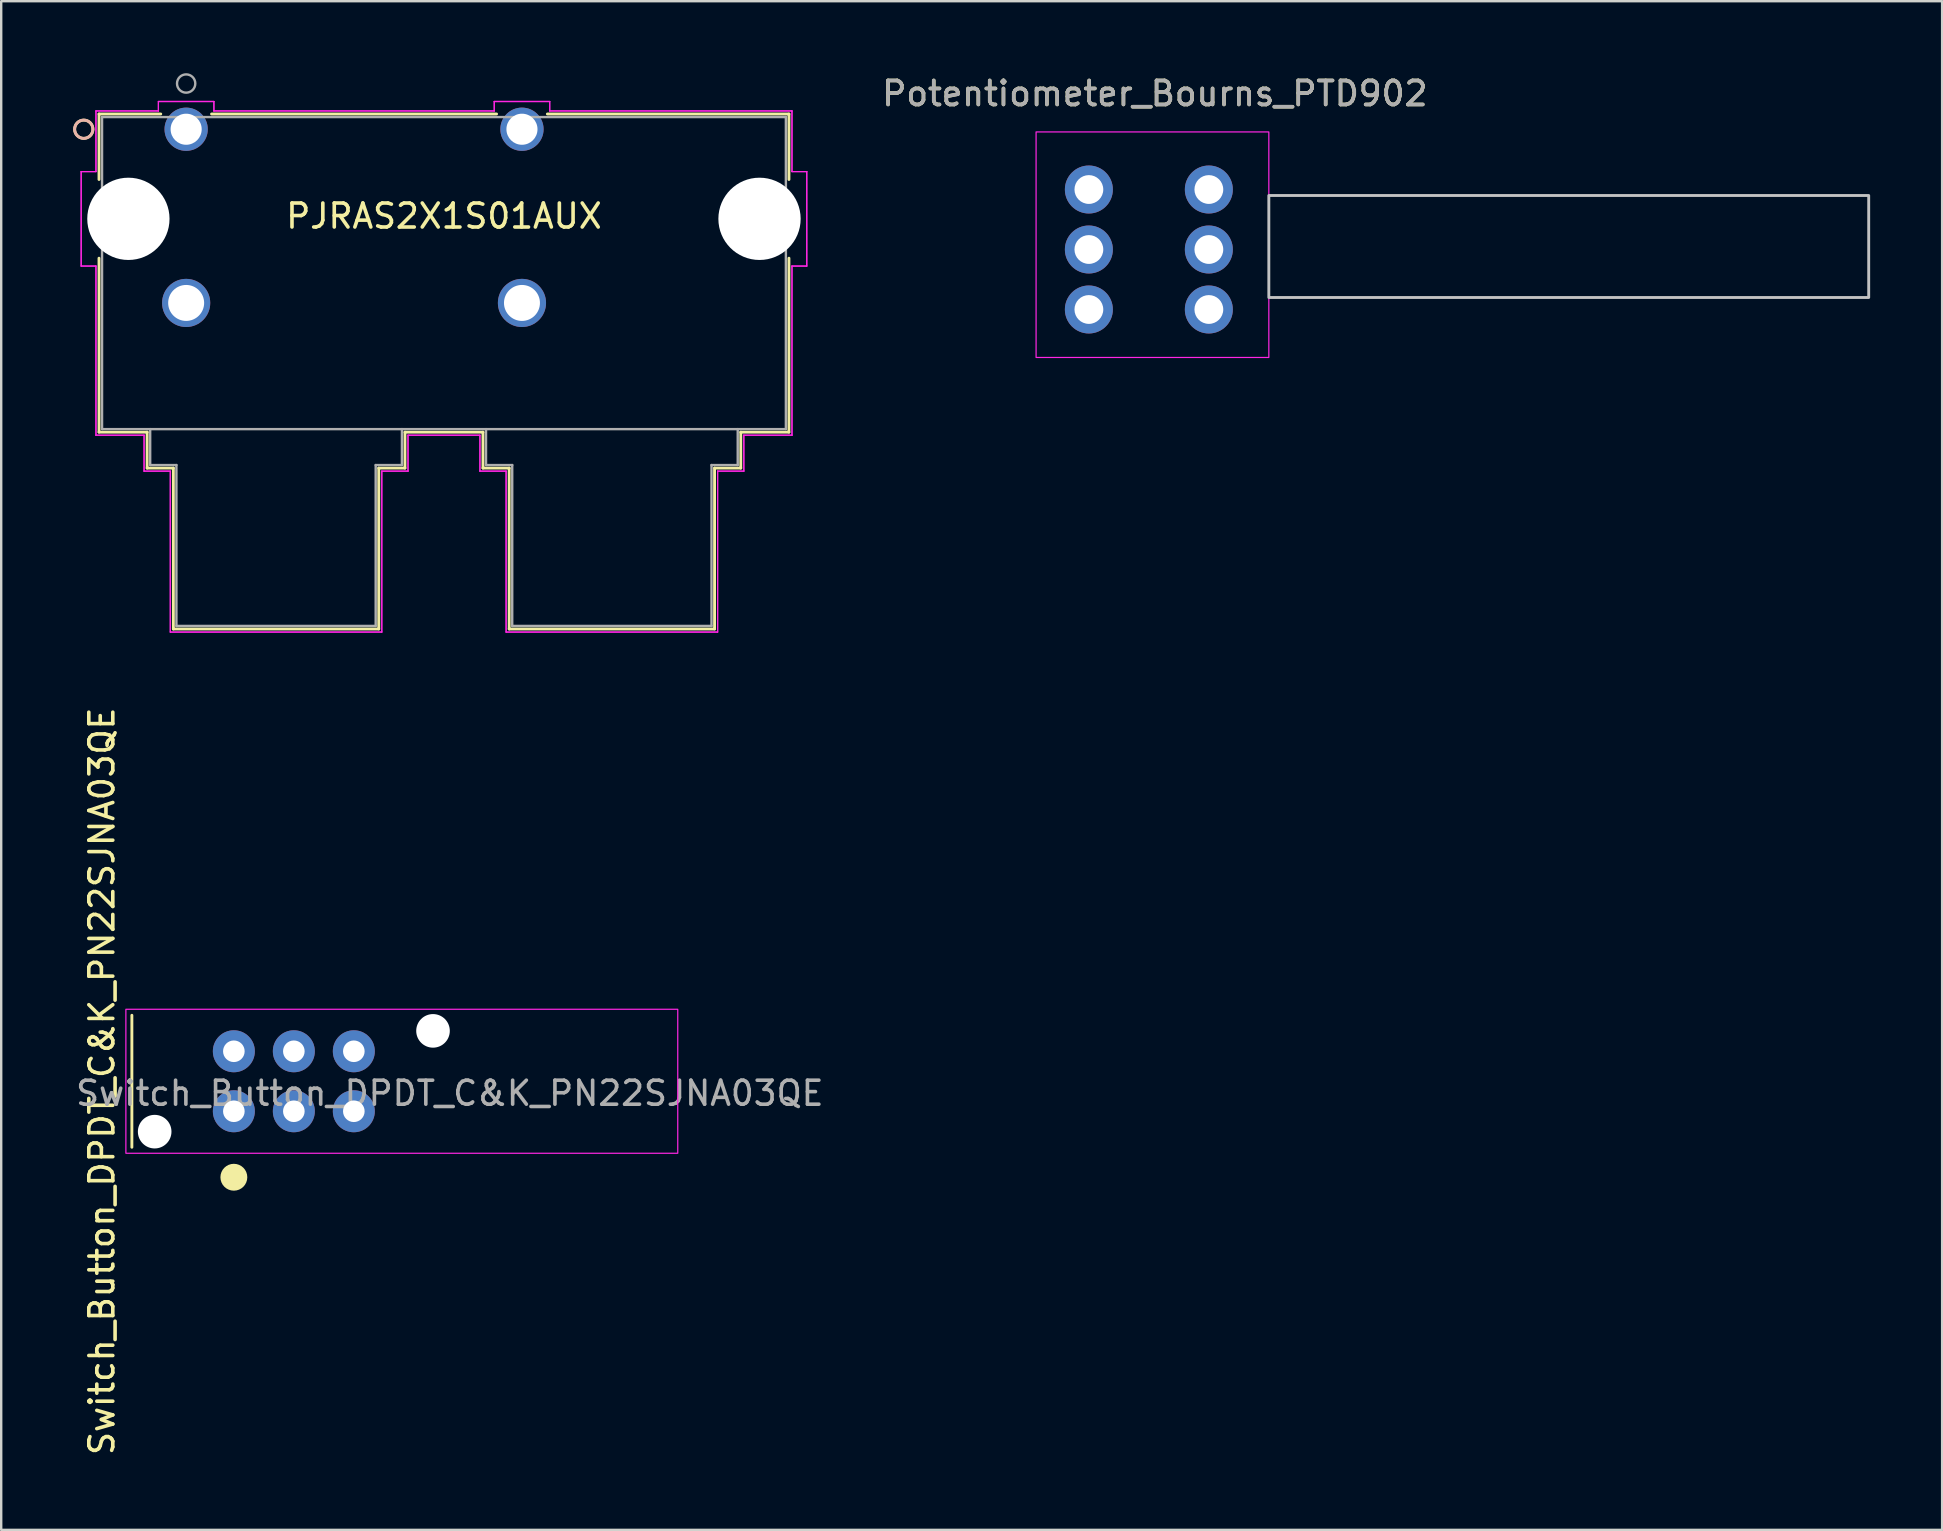
<source format=kicad_pcb>
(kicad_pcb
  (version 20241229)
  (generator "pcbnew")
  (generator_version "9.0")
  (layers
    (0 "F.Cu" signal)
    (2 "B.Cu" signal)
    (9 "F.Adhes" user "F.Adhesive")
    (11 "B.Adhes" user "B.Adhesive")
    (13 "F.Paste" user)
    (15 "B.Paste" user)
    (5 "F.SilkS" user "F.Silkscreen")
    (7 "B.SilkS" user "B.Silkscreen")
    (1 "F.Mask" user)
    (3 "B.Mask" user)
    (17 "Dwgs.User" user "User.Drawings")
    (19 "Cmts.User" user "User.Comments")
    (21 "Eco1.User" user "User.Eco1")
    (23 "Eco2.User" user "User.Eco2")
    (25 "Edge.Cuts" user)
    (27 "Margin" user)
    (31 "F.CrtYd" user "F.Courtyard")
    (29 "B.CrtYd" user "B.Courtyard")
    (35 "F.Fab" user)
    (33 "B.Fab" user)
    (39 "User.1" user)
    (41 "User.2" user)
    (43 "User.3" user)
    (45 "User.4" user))
  (footprint "PJRAS2X1S01AUX"
    (layer "F.Cu")
    (at 4.708 2.336)
    (property "Reference" "PJRAS2X1S01AUX" (at 10.744 3.619 0) (layer "F.SilkS") (effects (font (size 1 1) (thickness 0.15))))
    (attr through_hole)
    (fp_line (start -3.632 -0.635) (end -3.632 2.094) (stroke (width 0.12) (type solid)) (layer "F.SilkS"))
    (fp_line (start -3.632 5.374) (end -3.632 12.624) (stroke (width 0.12) (type solid)) (layer "F.SilkS"))
    (fp_line (start -3.632 12.624) (end -1.626 12.624) (stroke (width 0.12) (type solid)) (layer "F.SilkS"))
    (fp_line (start -1.626 12.624) (end -1.626 14.122) (stroke (width 0.12) (type solid)) (layer "F.SilkS"))
    (fp_line (start -1.626 14.122) (end -0.533 14.122) (stroke (width 0.12) (type solid)) (layer "F.SilkS"))
    (fp_line (start -1.059 -0.635) (end -3.632 -0.635) (stroke (width 0.12) (type solid)) (layer "F.SilkS"))
    (fp_line (start -0.533 14.122) (end -0.533 20.828) (stroke (width 0.12) (type solid)) (layer "F.SilkS"))
    (fp_line (start -0.533 20.828) (end 8.026 20.828) (stroke (width 0.12) (type solid)) (layer "F.SilkS"))
    (fp_line (start 8.026 14.122) (end 9.119 14.122) (stroke (width 0.12) (type solid)) (layer "F.SilkS"))
    (fp_line (start 8.026 20.828) (end 8.026 14.122) (stroke (width 0.12) (type solid)) (layer "F.SilkS"))
    (fp_line (start 9.119 12.624) (end 12.37 12.624) (stroke (width 0.12) (type solid)) (layer "F.SilkS"))
    (fp_line (start 9.119 14.122) (end 9.119 12.624) (stroke (width 0.12) (type solid)) (layer "F.SilkS"))
    (fp_line (start 12.37 12.624) (end 12.37 14.122) (stroke (width 0.12) (type solid)) (layer "F.SilkS"))
    (fp_line (start 12.37 14.122) (end 13.462 14.122) (stroke (width 0.12) (type solid)) (layer "F.SilkS"))
    (fp_line (start 12.937 -0.635) (end 1.059 -0.635) (stroke (width 0.12) (type solid)) (layer "F.SilkS"))
    (fp_line (start 13.462 14.122) (end 13.462 20.828) (stroke (width 0.12) (type solid)) (layer "F.SilkS"))
    (fp_line (start 13.462 20.828) (end 22.022 20.828) (stroke (width 0.12) (type solid)) (layer "F.SilkS"))
    (fp_line (start 22.022 14.122) (end 23.114 14.122) (stroke (width 0.12) (type solid)) (layer "F.SilkS"))
    (fp_line (start 22.022 20.828) (end 22.022 14.122) (stroke (width 0.12) (type solid)) (layer "F.SilkS"))
    (fp_line (start 23.114 12.624) (end 25.121 12.624) (stroke (width 0.12) (type solid)) (layer "F.SilkS"))
    (fp_line (start 23.114 14.122) (end 23.114 12.624) (stroke (width 0.12) (type solid)) (layer "F.SilkS"))
    (fp_line (start 25.121 -0.635) (end 15.054 -0.635) (stroke (width 0.12) (type solid)) (layer "F.SilkS"))
    (fp_line (start 25.121 2.094) (end 25.121 -0.635) (stroke (width 0.12) (type solid)) (layer "F.SilkS"))
    (fp_line (start 25.121 12.624) (end 25.121 5.374) (stroke (width 0.12) (type solid)) (layer "F.SilkS"))
    (fp_circle (center -4.267 0) (end -3.886 0) (stroke (width 0.12) (type solid)) (fill no) (layer "F.SilkS"))
    (fp_circle (center -4.267 0) (end -3.886 0) (stroke (width 0.12) (type solid)) (fill no) (layer "B.SilkS"))
    (fp_line (start -4.375 1.765) (end -4.375 5.702) (stroke (width 0.05) (type solid)) (layer "F.CrtYd"))
    (fp_line (start -4.375 1.765) (end -4.375 5.702) (stroke (width 0.05) (type solid)) (layer "F.CrtYd"))
    (fp_line (start -4.375 5.702) (end -3.759 5.702) (stroke (width 0.05) (type solid)) (layer "F.CrtYd"))
    (fp_line (start -4.375 5.702) (end -3.759 5.702) (stroke (width 0.05) (type solid)) (layer "F.CrtYd"))
    (fp_line (start -3.759 -0.762) (end -3.759 1.765) (stroke (width 0.05) (type solid)) (layer "F.CrtYd"))
    (fp_line (start -3.759 -0.762) (end -3.759 1.765) (stroke (width 0.05) (type solid)) (layer "F.CrtYd"))
    (fp_line (start -3.759 1.765) (end -4.375 1.765) (stroke (width 0.05) (type solid)) (layer "F.CrtYd"))
    (fp_line (start -3.759 1.765) (end -4.375 1.765) (stroke (width 0.05) (type solid)) (layer "F.CrtYd"))
    (fp_line (start -3.759 5.702) (end -3.759 12.751) (stroke (width 0.05) (type solid)) (layer "F.CrtYd"))
    (fp_line (start -3.759 5.702) (end -3.759 12.751) (stroke (width 0.05) (type solid)) (layer "F.CrtYd"))
    (fp_line (start -3.759 12.751) (end -1.753 12.751) (stroke (width 0.05) (type solid)) (layer "F.CrtYd"))
    (fp_line (start -3.759 12.751) (end -1.753 12.751) (stroke (width 0.05) (type solid)) (layer "F.CrtYd"))
    (fp_line (start -1.753 12.751) (end -1.753 14.249) (stroke (width 0.05) (type solid)) (layer "F.CrtYd"))
    (fp_line (start -1.753 12.751) (end -1.753 14.249) (stroke (width 0.05) (type solid)) (layer "F.CrtYd"))
    (fp_line (start -1.753 14.249) (end -0.66 14.249) (stroke (width 0.05) (type solid)) (layer "F.CrtYd"))
    (fp_line (start -1.753 14.249) (end -0.66 14.249) (stroke (width 0.05) (type solid)) (layer "F.CrtYd"))
    (fp_line (start -1.156 -1.156) (end -1.156 -0.762) (stroke (width 0.05) (type solid)) (layer "F.CrtYd"))
    (fp_line (start -1.156 -1.156) (end -1.156 -0.762) (stroke (width 0.05) (type solid)) (layer "F.CrtYd"))
    (fp_line (start -1.156 -0.762) (end -3.759 -0.762) (stroke (width 0.05) (type solid)) (layer "F.CrtYd"))
    (fp_line (start -1.156 -0.762) (end -3.759 -0.762) (stroke (width 0.05) (type solid)) (layer "F.CrtYd"))
    (fp_line (start -0.66 14.249) (end -0.66 20.955) (stroke (width 0.05) (type solid)) (layer "F.CrtYd"))
    (fp_line (start -0.66 14.249) (end -0.66 20.955) (stroke (width 0.05) (type solid)) (layer "F.CrtYd"))
    (fp_line (start -0.66 20.955) (end 8.153 20.955) (stroke (width 0.05) (type solid)) (layer "F.CrtYd"))
    (fp_line (start -0.66 20.955) (end 8.153 20.955) (stroke (width 0.05) (type solid)) (layer "F.CrtYd"))
    (fp_line (start 1.156 -1.156) (end -1.156 -1.156) (stroke (width 0.05) (type solid)) (layer "F.CrtYd"))
    (fp_line (start 1.156 -1.156) (end -1.156 -1.156) (stroke (width 0.05) (type solid)) (layer "F.CrtYd"))
    (fp_line (start 1.156 -0.762) (end 1.156 -1.156) (stroke (width 0.05) (type solid)) (layer "F.CrtYd"))
    (fp_line (start 1.156 -0.762) (end 1.156 -1.156) (stroke (width 0.05) (type solid)) (layer "F.CrtYd"))
    (fp_line (start 8.153 14.249) (end 9.246 14.249) (stroke (width 0.05) (type solid)) (layer "F.CrtYd"))
    (fp_line (start 8.153 14.249) (end 9.246 14.249) (stroke (width 0.05) (type solid)) (layer "F.CrtYd"))
    (fp_line (start 8.153 20.955) (end 8.153 14.249) (stroke (width 0.05) (type solid)) (layer "F.CrtYd"))
    (fp_line (start 8.153 20.955) (end 8.153 14.249) (stroke (width 0.05) (type solid)) (layer "F.CrtYd"))
    (fp_line (start 9.246 12.751) (end 12.243 12.751) (stroke (width 0.05) (type solid)) (layer "F.CrtYd"))
    (fp_line (start 9.246 12.751) (end 12.243 12.751) (stroke (width 0.05) (type solid)) (layer "F.CrtYd"))
    (fp_line (start 9.246 14.249) (end 9.246 12.751) (stroke (width 0.05) (type solid)) (layer "F.CrtYd"))
    (fp_line (start 9.246 14.249) (end 9.246 12.751) (stroke (width 0.05) (type solid)) (layer "F.CrtYd"))
    (fp_line (start 12.243 12.751) (end 12.243 14.249) (stroke (width 0.05) (type solid)) (layer "F.CrtYd"))
    (fp_line (start 12.243 12.751) (end 12.243 14.249) (stroke (width 0.05) (type solid)) (layer "F.CrtYd"))
    (fp_line (start 12.243 14.249) (end 13.335 14.249) (stroke (width 0.05) (type solid)) (layer "F.CrtYd"))
    (fp_line (start 12.243 14.249) (end 13.335 14.249) (stroke (width 0.05) (type solid)) (layer "F.CrtYd"))
    (fp_line (start 12.84 -1.156) (end 12.84 -0.762) (stroke (width 0.05) (type solid)) (layer "F.CrtYd"))
    (fp_line (start 12.84 -1.156) (end 12.84 -0.762) (stroke (width 0.05) (type solid)) (layer "F.CrtYd"))
    (fp_line (start 12.84 -0.762) (end 1.156 -0.762) (stroke (width 0.05) (type solid)) (layer "F.CrtYd"))
    (fp_line (start 12.84 -0.762) (end 1.156 -0.762) (stroke (width 0.05) (type solid)) (layer "F.CrtYd"))
    (fp_line (start 13.335 14.249) (end 13.335 20.955) (stroke (width 0.05) (type solid)) (layer "F.CrtYd"))
    (fp_line (start 13.335 14.249) (end 13.335 20.955) (stroke (width 0.05) (type solid)) (layer "F.CrtYd"))
    (fp_line (start 13.335 20.955) (end 22.149 20.955) (stroke (width 0.05) (type solid)) (layer "F.CrtYd"))
    (fp_line (start 13.335 20.955) (end 22.149 20.955) (stroke (width 0.05) (type solid)) (layer "F.CrtYd"))
    (fp_line (start 15.151 -1.156) (end 12.84 -1.156) (stroke (width 0.05) (type solid)) (layer "F.CrtYd"))
    (fp_line (start 15.151 -1.156) (end 12.84 -1.156) (stroke (width 0.05) (type solid)) (layer "F.CrtYd"))
    (fp_line (start 15.151 -0.762) (end 15.151 -1.156) (stroke (width 0.05) (type solid)) (layer "F.CrtYd"))
    (fp_line (start 15.151 -0.762) (end 15.151 -1.156) (stroke (width 0.05) (type solid)) (layer "F.CrtYd"))
    (fp_line (start 22.149 14.249) (end 23.241 14.249) (stroke (width 0.05) (type solid)) (layer "F.CrtYd"))
    (fp_line (start 22.149 14.249) (end 23.241 14.249) (stroke (width 0.05) (type solid)) (layer "F.CrtYd"))
    (fp_line (start 22.149 20.955) (end 22.149 14.249) (stroke (width 0.05) (type solid)) (layer "F.CrtYd"))
    (fp_line (start 22.149 20.955) (end 22.149 14.249) (stroke (width 0.05) (type solid)) (layer "F.CrtYd"))
    (fp_line (start 23.241 12.751) (end 25.248 12.751) (stroke (width 0.05) (type solid)) (layer "F.CrtYd"))
    (fp_line (start 23.241 12.751) (end 25.248 12.751) (stroke (width 0.05) (type solid)) (layer "F.CrtYd"))
    (fp_line (start 23.241 14.249) (end 23.241 12.751) (stroke (width 0.05) (type solid)) (layer "F.CrtYd"))
    (fp_line (start 23.241 14.249) (end 23.241 12.751) (stroke (width 0.05) (type solid)) (layer "F.CrtYd"))
    (fp_line (start 25.248 -0.762) (end 15.151 -0.762) (stroke (width 0.05) (type solid)) (layer "F.CrtYd"))
    (fp_line (start 25.248 -0.762) (end 15.151 -0.762) (stroke (width 0.05) (type solid)) (layer "F.CrtYd"))
    (fp_line (start 25.248 1.765) (end 25.248 -0.762) (stroke (width 0.05) (type solid)) (layer "F.CrtYd"))
    (fp_line (start 25.248 1.765) (end 25.248 -0.762) (stroke (width 0.05) (type solid)) (layer "F.CrtYd"))
    (fp_line (start 25.248 5.702) (end 25.864 5.702) (stroke (width 0.05) (type solid)) (layer "F.CrtYd"))
    (fp_line (start 25.248 5.702) (end 25.864 5.702) (stroke (width 0.05) (type solid)) (layer "F.CrtYd"))
    (fp_line (start 25.248 12.751) (end 25.248 5.702) (stroke (width 0.05) (type solid)) (layer "F.CrtYd"))
    (fp_line (start 25.248 12.751) (end 25.248 5.702) (stroke (width 0.05) (type solid)) (layer "F.CrtYd"))
    (fp_line (start 25.864 1.765) (end 25.248 1.765) (stroke (width 0.05) (type solid)) (layer "F.CrtYd"))
    (fp_line (start 25.864 1.765) (end 25.248 1.765) (stroke (width 0.05) (type solid)) (layer "F.CrtYd"))
    (fp_line (start 25.864 5.702) (end 25.864 1.765) (stroke (width 0.05) (type solid)) (layer "F.CrtYd"))
    (fp_line (start 25.864 5.702) (end 25.864 1.765) (stroke (width 0.05) (type solid)) (layer "F.CrtYd"))
    (fp_line (start -3.505 -0.508) (end -3.505 12.497) (stroke (width 0.1) (type solid)) (layer "F.Fab"))
    (fp_line (start -3.505 12.497) (end 24.994 12.497) (stroke (width 0.1) (type solid)) (layer "F.Fab"))
    (fp_line (start -1.499 12.497) (end -1.499 13.995) (stroke (width 0.1) (type solid)) (layer "F.Fab"))
    (fp_line (start -1.499 13.995) (end -0.406 13.995) (stroke (width 0.1) (type solid)) (layer "F.Fab"))
    (fp_line (start -0.406 13.995) (end -0.406 20.701) (stroke (width 0.1) (type solid)) (layer "F.Fab"))
    (fp_line (start -0.406 20.701) (end 7.899 20.701) (stroke (width 0.1) (type solid)) (layer "F.Fab"))
    (fp_line (start 7.899 13.995) (end 8.992 13.995) (stroke (width 0.1) (type solid)) (layer "F.Fab"))
    (fp_line (start 7.899 20.701) (end 7.899 13.995) (stroke (width 0.1) (type solid)) (layer "F.Fab"))
    (fp_line (start 8.992 13.995) (end 8.992 12.497) (stroke (width 0.1) (type solid)) (layer "F.Fab"))
    (fp_line (start 12.497 12.497) (end 12.497 13.995) (stroke (width 0.1) (type solid)) (layer "F.Fab"))
    (fp_line (start 12.497 13.995) (end 13.589 13.995) (stroke (width 0.1) (type solid)) (layer "F.Fab"))
    (fp_line (start 13.589 13.995) (end 13.589 20.701) (stroke (width 0.1) (type solid)) (layer "F.Fab"))
    (fp_line (start 13.589 20.701) (end 21.895 20.701) (stroke (width 0.1) (type solid)) (layer "F.Fab"))
    (fp_line (start 21.895 13.995) (end 22.987 13.995) (stroke (width 0.1) (type solid)) (layer "F.Fab"))
    (fp_line (start 21.895 20.701) (end 21.895 13.995) (stroke (width 0.1) (type solid)) (layer "F.Fab"))
    (fp_line (start 22.987 13.995) (end 22.987 12.497) (stroke (width 0.1) (type solid)) (layer "F.Fab"))
    (fp_line (start 24.994 -0.508) (end -3.505 -0.508) (stroke (width 0.1) (type solid)) (layer "F.Fab"))
    (fp_line (start 24.994 12.497) (end 24.994 -0.508) (stroke (width 0.1) (type solid)) (layer "F.Fab"))
    (fp_circle (center 0 -1.905) (end 0.381 -1.905) (stroke (width 0.1) (type solid)) (fill no) (layer "F.Fab"))
    (fp_text user "*" (at 0 0 0) (layer "F.SilkS") (effects (font (size 1 1) (thickness 0.15))))
    (fp_text user "*" (at 0 0 0) (layer "F.Fab") (effects (font (size 1 1) (thickness 0.15))))
    (pad "" np_thru_hole circle (at -2.407 3.734) (size 3.429 3.429) (drill 3.429) (layers "*.Cu" "*.Mask"))
    (pad "" np_thru_hole circle (at 23.895 3.734) (size 3.429 3.429) (drill 3.429) (layers "*.Cu" "*.Mask"))
    (pad "J1" thru_hole circle (at 0 0) (size 1.803 1.803) (drill 1.295) (layers "*.Cu" "*.Mask"))
    (pad "J2" thru_hole circle (at 13.995 0) (size 1.803 1.803) (drill 1.295) (layers "*.Cu" "*.Mask"))
    (pad "S1" thru_hole circle (at 0 7.239) (size 2.007 2.007) (drill 1.499) (layers "*.Cu" "*.Mask"))
    (pad "S2" thru_hole circle (at 13.995 7.239) (size 2.007 2.007) (drill 1.499) (layers "*.Cu" "*.Mask")))
  (footprint "Potentiometer_Bourns_PTD902"
    (layer "F.Cu")
    (at 42.329 7.348)
    (property "Reference" "Potentiometer_Bourns_PTD902" (at 2.75 -6.5 0) (unlocked yes) (layer "F.SilkS") (effects (font (size 1 1) (thickness 0.15))))
    (attr through_hole)
    (fp_rect (start 7.5 -2.25) (end 32.5 2) (stroke (width 0.12) (type solid)) (fill no) (layer "Dwgs.User"))
    (fp_rect (start -2.2 -4.9) (end 7.5 4.5) (stroke (width 0.05) (type solid)) (fill no) (layer "F.CrtYd"))
    (fp_text user "${REFERENCE}" (at 2.75 -6.5 0) (unlocked yes) (layer "F.Fab") (effects (font (size 1 1) (thickness 0.15))))
    (pad "1" thru_hole circle (at 0 2.5) (size 2 2) (drill 1.2) (layers "*.Cu" "*.Mask"))
    (pad "2" thru_hole circle (at 0 0) (size 2 2) (drill 1.2) (layers "*.Cu" "*.Mask"))
    (pad "3" thru_hole circle (at 0 -2.5) (size 2 2) (drill 1.2) (layers "*.Cu" "*.Mask"))
    (pad "4" thru_hole circle (at 5 2.5) (size 2 2) (drill 1.2) (layers "*.Cu" "*.Mask"))
    (pad "5" thru_hole circle (at 5 0) (size 2 2) (drill 1.2) (layers "*.Cu" "*.Mask"))
    (pad "6" thru_hole circle (at 5 -2.5) (size 2 2) (drill 1.2) (layers "*.Cu" "*.Mask")))
  (footprint "Switch_Button_DPDT_C&K_PN22SJNA03QE"
    (layer "F.Cu")
    (at 6.696 40.762)
    (property "Reference" "Switch_Button_DPDT_C&K_PN22SJNA03QE" (at -5.5 1.25 90) (unlocked yes) (layer "F.SilkS") (effects (font (size 1 1) (thickness 0.15))))
    (attr through_hole)
    (fp_line (start -4.25 -1.5) (end -4.25 4) (stroke (width 0.12) (type solid)) (layer "F.SilkS"))
    (fp_circle (center 0 5.25) (end 0.5 5.25) (stroke (width 0.12) (type solid)) (fill yes) (layer "F.SilkS"))
    (fp_rect (start -4.5 -1.75) (end 18.5 4.25) (stroke (width 0.05) (type solid)) (fill no) (layer "F.CrtYd"))
    (fp_text user "${REFERENCE}" (at 9 1.75 0) (unlocked yes) (layer "F.Fab") (effects (font (size 1 1) (thickness 0.15))))
    (pad "" np_thru_hole circle (at -3.3 3.35) (size 1.4 1.4) (drill 1.4) (layers "*.Cu" "*.Mask"))
    (pad "" np_thru_hole circle (at 8.3 -0.85) (size 1.4 1.4) (drill 1.4) (layers "*.Cu" "*.Mask"))
    (pad "1" thru_hole circle (at 0 2.5) (size 1.75 1.75) (drill 0.9) (layers "*.Cu" "*.Mask"))
    (pad "2" thru_hole circle (at 2.5 2.5) (size 1.75 1.75) (drill 0.9) (layers "*.Cu" "*.Mask"))
    (pad "3" thru_hole circle (at 5 2.5) (size 1.75 1.75) (drill 0.9) (layers "*.Cu" "*.Mask"))
    (pad "4" thru_hole circle (at 0 0) (size 1.75 1.75) (drill 0.9) (layers "*.Cu" "*.Mask"))
    (pad "5" thru_hole circle (at 2.5 0) (size 1.75 1.75) (drill 0.9) (layers "*.Cu" "*.Mask"))
    (pad "6" thru_hole circle (at 5 0) (size 1.75 1.75) (drill 0.9) (layers "*.Cu" "*.Mask")))
  (gr_rect
    (start -3 -3)
    (end 77.889 60.709)
    (stroke (width 0.1) (type default))
    (fill no)
    (layer "Edge.Cuts")))
</source>
